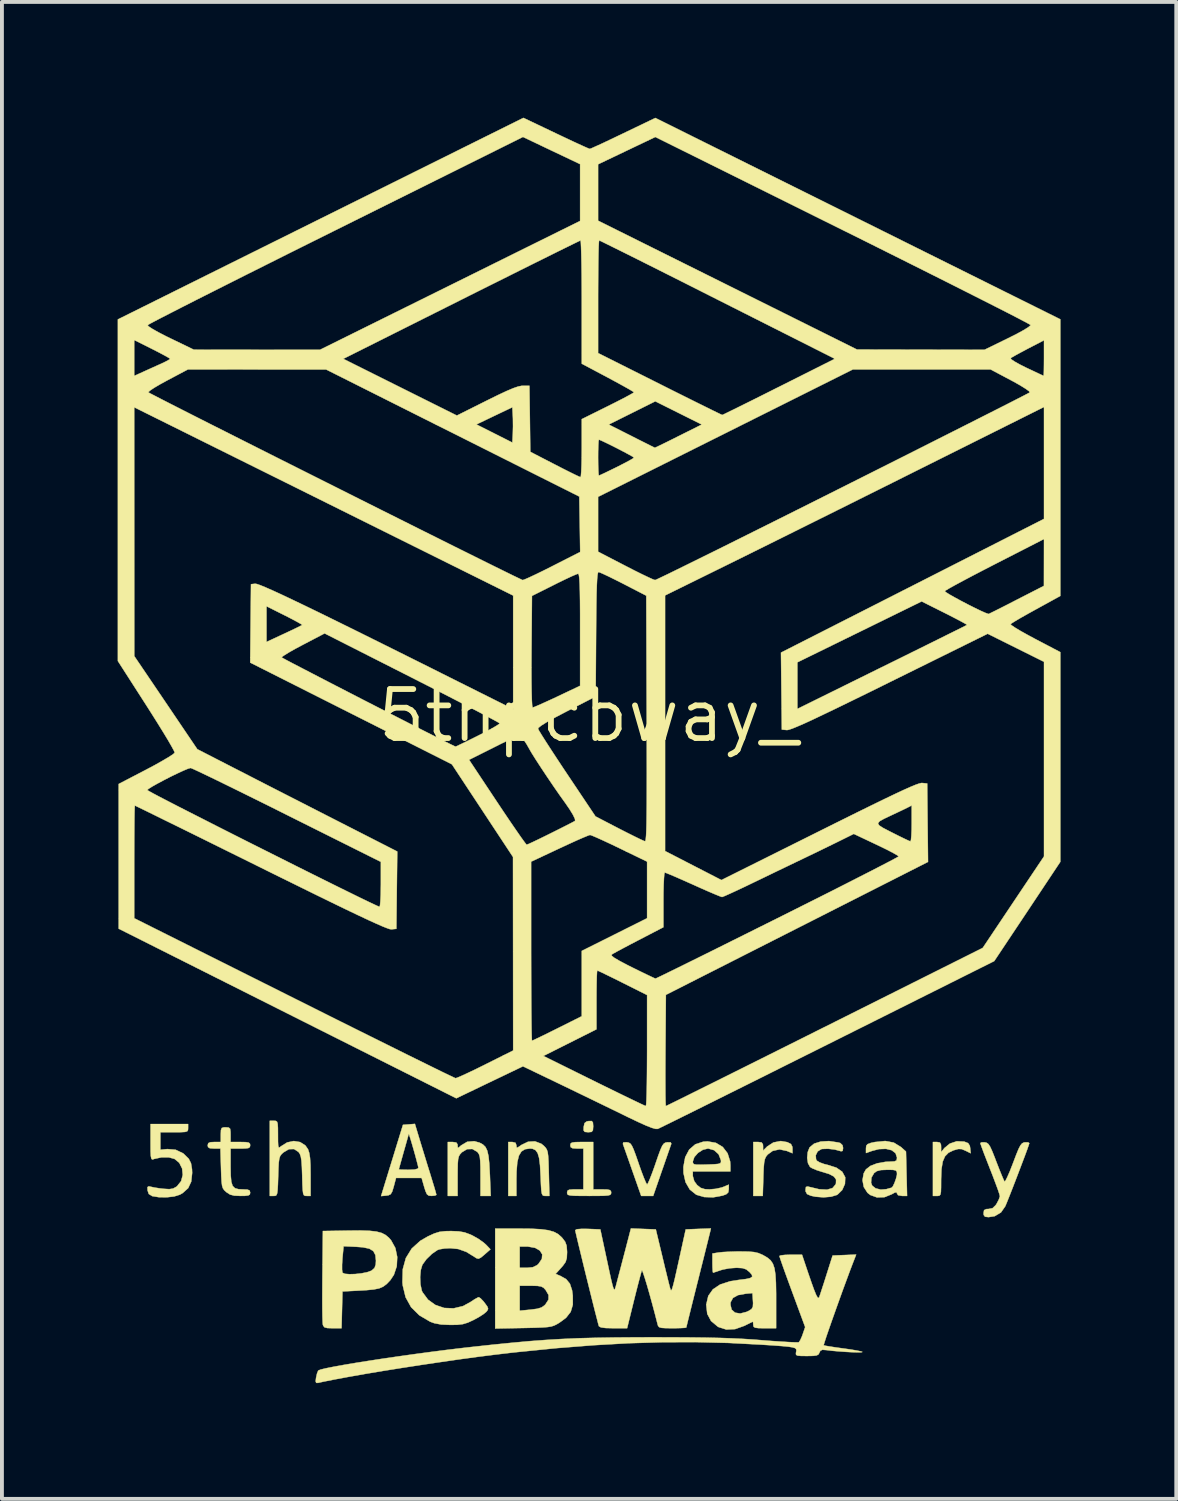
<source format=kicad_pcb>
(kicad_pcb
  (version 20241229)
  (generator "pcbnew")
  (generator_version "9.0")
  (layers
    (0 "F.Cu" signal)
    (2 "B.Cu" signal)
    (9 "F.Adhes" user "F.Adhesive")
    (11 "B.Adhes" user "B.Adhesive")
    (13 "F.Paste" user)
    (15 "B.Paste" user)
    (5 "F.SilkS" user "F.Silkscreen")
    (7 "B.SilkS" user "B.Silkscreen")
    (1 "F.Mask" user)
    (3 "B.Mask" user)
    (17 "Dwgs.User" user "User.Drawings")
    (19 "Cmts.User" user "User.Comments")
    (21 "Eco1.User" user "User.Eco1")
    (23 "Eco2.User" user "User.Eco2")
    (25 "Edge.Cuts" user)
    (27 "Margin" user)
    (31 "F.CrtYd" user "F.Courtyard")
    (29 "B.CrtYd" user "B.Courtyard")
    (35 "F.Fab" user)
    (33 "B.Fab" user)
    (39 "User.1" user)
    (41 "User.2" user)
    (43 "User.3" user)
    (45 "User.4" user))
  (footprint "5thpcbway_"
    (layer "F.Cu")
    (at 12.197 15.499)
    (property "Reference" "5thpcbway_" (at 0 0 0) (layer "F.SilkS") (effects (font (size 1.27 1.27) (thickness 0.15))))
    (attr through_hole)
    (fp_poly (pts (xy 11.845 -7.961) (xy 11.849 -7.849) (xy 11.852 -7.677) (xy 11.853 -7.459) (xy 11.853 -7.206) (xy 11.852 -6.933) (xy 11.849 -6.65) (xy 11.846 -6.372) (xy 11.841 -6.11) (xy 11.835 -5.877) (xy 11.829 -5.686) (xy 11.826 -5.63) (xy 11.799 -5.1) (xy 10.63 -4.503) (xy 10.309 -4.338) (xy 9.93 -4.146) (xy 9.513 -3.933) (xy 9.077 -3.711) (xy 8.639 -3.489) (xy 8.219 -3.276) (xy 7.938 -3.133) (xy 7.571 -2.947) (xy 7.199 -2.757) (xy 6.834 -2.571) (xy 6.491 -2.396) (xy 6.183 -2.238) (xy 5.923 -2.105) (xy 5.726 -2.003) (xy 5.038 -1.646) (xy 5.037 -1.109) (xy 5.035 -0.842) (xy 5.028 -0.546) (xy 5.018 -0.264) (xy 5.01 -0.095) (xy 4.982 0.381) (xy 5.093 0.381) (xy 5.138 0.377) (xy 5.201 0.361) (xy 5.284 0.333) (xy 5.395 0.29) (xy 5.538 0.229) (xy 5.717 0.148) (xy 5.939 0.044) (xy 6.208 -0.085) (xy 6.53 -0.241) (xy 6.909 -0.426) (xy 7.351 -0.644) (xy 7.861 -0.896) (xy 8.149 -1.038) (xy 10.349 -2.128) (xy 11.091 -1.752) (xy 11.832 -1.376) (xy 11.843 1.096) (xy 11.854 3.567) (xy 11.041 4.793) (xy 10.229 6.019) (xy 6.289 7.994) (xy 5.746 8.267) (xy 5.222 8.529) (xy 4.723 8.779) (xy 4.253 9.014) (xy 3.818 9.232) (xy 3.423 9.429) (xy 3.073 9.604) (xy 2.774 9.753) (xy 2.531 9.874) (xy 2.348 9.965) (xy 2.232 10.022) (xy 2.19 10.042) (xy 2.031 10.115) (xy 2.042 8.666) (xy 2.053 7.218) (xy 5.429 5.503) (xy 8.805 3.789) (xy 8.805 2.782) (xy 8.805 2.448) (xy 8.803 2.189) (xy 8.796 1.999) (xy 8.781 1.867) (xy 8.755 1.786) (xy 8.716 1.746) (xy 8.661 1.74) (xy 8.586 1.758) (xy 8.489 1.793) (xy 8.476 1.798) (xy 8.403 1.829) (xy 8.262 1.895) (xy 8.059 1.992) (xy 7.801 2.115) (xy 7.496 2.263) (xy 7.151 2.431) (xy 6.773 2.617) (xy 6.368 2.816) (xy 5.945 3.025) (xy 5.872 3.061) (xy 3.468 4.251) (xy 2.75 3.894) (xy 2.032 3.537) (xy 2.032 -3.131) (xy 6.928 -5.566) (xy 7.531 -5.866) (xy 8.113 -6.155) (xy 8.669 -6.431) (xy 9.195 -6.692) (xy 9.687 -6.936) (xy 10.139 -7.161) (xy 10.548 -7.364) (xy 10.909 -7.543) (xy 11.218 -7.695) (xy 11.469 -7.82) (xy 11.659 -7.913) (xy 11.783 -7.974) (xy 11.837 -8) (xy 11.839 -8.001) (xy 11.845 -7.961)) (stroke (width 0.01) (type solid)) (fill yes) (layer "F.Mask"))
    (fp_poly (pts (xy -11.71 -7.933) (xy -11.599 -7.882) (xy -11.42 -7.798) (xy -11.18 -7.682) (xy -10.882 -7.538) (xy -10.53 -7.367) (xy -10.13 -7.171) (xy -9.686 -6.953) (xy -9.202 -6.714) (xy -8.683 -6.458) (xy -8.133 -6.187) (xy -7.557 -5.901) (xy -6.959 -5.605) (xy -6.869 -5.56) (xy -2.011 -3.146) (xy -2 -1.695) (xy -1.989 -0.245) (xy -2.097 -0.272) (xy -2.154 -0.295) (xy -2.28 -0.353) (xy -2.467 -0.442) (xy -2.708 -0.559) (xy -2.996 -0.699) (xy -3.324 -0.86) (xy -3.684 -1.037) (xy -4.07 -1.229) (xy -4.352 -1.369) (xy -5.076 -1.729) (xy -5.727 -2.052) (xy -6.305 -2.338) (xy -6.812 -2.587) (xy -7.248 -2.8) (xy -7.617 -2.978) (xy -7.918 -3.121) (xy -8.154 -3.231) (xy -8.325 -3.308) (xy -8.433 -3.352) (xy -8.445 -3.356) (xy -8.542 -3.389) (xy -8.617 -3.407) (xy -8.673 -3.403) (xy -8.712 -3.368) (xy -8.738 -3.292) (xy -8.753 -3.167) (xy -8.761 -2.984) (xy -8.763 -2.735) (xy -8.763 -2.411) (xy -8.763 -2.378) (xy -8.763 -1.376) (xy -3.535 1.249) (xy -2.762 2.433) (xy -1.99 3.616) (xy -1.99 8.707) (xy -2.582 8.991) (xy -2.799 9.095) (xy -3.001 9.19) (xy -3.169 9.268) (xy -3.286 9.321) (xy -3.318 9.335) (xy -3.461 9.395) (xy -5.678 8.303) (xy -6.166 8.062) (xy -6.7 7.798) (xy -7.261 7.52) (xy -7.832 7.236) (xy -8.396 6.955) (xy -8.935 6.686) (xy -9.433 6.438) (xy -9.853 6.227) (xy -11.811 5.244) (xy -11.811 3.786) (xy -11.81 3.444) (xy -11.807 3.131) (xy -11.803 2.856) (xy -11.797 2.629) (xy -11.79 2.459) (xy -11.782 2.356) (xy -11.775 2.328) (xy -11.732 2.347) (xy -11.62 2.399) (xy -11.444 2.483) (xy -11.212 2.596) (xy -10.93 2.733) (xy -10.605 2.892) (xy -10.243 3.07) (xy -9.849 3.263) (xy -9.432 3.469) (xy -9.31 3.529) (xy -8.634 3.863) (xy -8.03 4.16) (xy -7.495 4.423) (xy -7.023 4.653) (xy -6.612 4.852) (xy -6.257 5.022) (xy -5.955 5.164) (xy -5.702 5.282) (xy -5.493 5.375) (xy -5.326 5.446) (xy -5.196 5.497) (xy -5.099 5.53) (xy -5.032 5.546) (xy -4.991 5.547) (xy -4.975 5.539) (xy -4.97 5.493) (xy -4.968 5.374) (xy -4.969 5.194) (xy -4.972 4.966) (xy -4.977 4.7) (xy -4.982 4.505) (xy -5.008 3.49) (xy -7.564 2.184) (xy -10.12 0.878) (xy -11.824 -1.63) (xy -11.799 -4.777) (xy -11.795 -5.286) (xy -11.79 -5.77) (xy -11.785 -6.222) (xy -11.78 -6.636) (xy -11.774 -7.006) (xy -11.769 -7.324) (xy -11.764 -7.584) (xy -11.759 -7.779) (xy -11.754 -7.903) (xy -11.75 -7.949) (xy -11.75 -7.949) (xy -11.71 -7.933)) (stroke (width 0.01) (type solid)) (fill yes) (layer "F.Mask"))
    (fp_poly (pts (xy 0.12 10.542) (xy 0.127 10.64) (xy 0.127 10.644) (xy 0.12 10.745) (xy 0.086 10.787) (xy 0.001 10.795) (xy -0.003 10.795) (xy -0.091 10.787) (xy -0.122 10.747) (xy -0.119 10.657) (xy -0.097 10.559) (xy -0.041 10.516) (xy 0.011 10.506) (xy 0.088 10.505) (xy 0.12 10.542)) (stroke (width 0.01) (type solid)) (fill yes) (layer "F.SilkS"))
    (fp_poly (pts (xy 5.157 11.053) (xy 5.253 11.102) (xy 5.289 11.174) (xy 5.292 11.22) (xy 5.292 11.341) (xy 5.146 11.28) (xy 4.956 11.24) (xy 4.779 11.279) (xy 4.649 11.374) (xy 4.606 11.428) (xy 4.577 11.491) (xy 4.558 11.581) (xy 4.546 11.717) (xy 4.538 11.916) (xy 4.537 11.962) (xy 4.522 12.446) (xy 4.276 12.446) (xy 4.276 11.049) (xy 4.403 11.049) (xy 4.493 11.06) (xy 4.526 11.109) (xy 4.53 11.161) (xy 4.53 11.272) (xy 4.637 11.165) (xy 4.797 11.061) (xy 4.988 11.024) (xy 5.157 11.053)) (stroke (width 0.01) (type solid)) (fill yes) (layer "F.SilkS"))
    (fp_poly (pts (xy 9.739 11.038) (xy 9.744 11.039) (xy 9.844 11.078) (xy 9.888 11.147) (xy 9.898 11.208) (xy 9.911 11.341) (xy 9.774 11.273) (xy 9.675 11.232) (xy 9.587 11.23) (xy 9.467 11.264) (xy 9.465 11.264) (xy 9.336 11.327) (xy 9.245 11.42) (xy 9.186 11.556) (xy 9.154 11.749) (xy 9.144 12.011) (xy 9.144 12.033) (xy 9.143 12.222) (xy 9.139 12.343) (xy 9.126 12.41) (xy 9.101 12.439) (xy 9.06 12.446) (xy 9.038 12.446) (xy 8.932 12.446) (xy 8.932 11.049) (xy 9.038 11.049) (xy 9.113 11.062) (xy 9.141 11.117) (xy 9.144 11.182) (xy 9.144 11.314) (xy 9.229 11.206) (xy 9.371 11.09) (xy 9.551 11.03) (xy 9.739 11.038)) (stroke (width 0.01) (type solid)) (fill yes) (layer "F.SilkS"))
    (fp_poly (pts (xy 0.127 12.277) (xy 0.36 12.277) (xy 0.494 12.28) (xy 0.564 12.296) (xy 0.59 12.332) (xy 0.593 12.361) (xy 0.588 12.395) (xy 0.566 12.419) (xy 0.512 12.434) (xy 0.414 12.442) (xy 0.259 12.445) (xy 0.032 12.446) (xy 0.021 12.446) (xy -0.208 12.445) (xy -0.367 12.442) (xy -0.467 12.434) (xy -0.522 12.42) (xy -0.545 12.397) (xy -0.55 12.363) (xy -0.55 12.361) (xy -0.539 12.311) (xy -0.492 12.285) (xy -0.388 12.277) (xy -0.339 12.277) (xy -0.127 12.277) (xy -0.127 11.218) (xy -0.296 11.218) (xy -0.407 11.211) (xy -0.456 11.183) (xy -0.466 11.134) (xy -0.458 11.089) (xy -0.422 11.064) (xy -0.339 11.052) (xy -0.193 11.049) (xy -0.169 11.049) (xy 0.127 11.049) (xy 0.127 12.277)) (stroke (width 0.01) (type solid)) (fill yes) (layer "F.SilkS"))
    (fp_poly (pts (xy -2.819 11.066) (xy -2.731 11.113) (xy -2.665 11.177) (xy -2.619 11.273) (xy -2.587 11.412) (xy -2.566 11.608) (xy -2.552 11.875) (xy -2.55 11.906) (xy -2.529 12.446) (xy -2.794 12.446) (xy -2.794 11.917) (xy -2.795 11.693) (xy -2.801 11.537) (xy -2.812 11.433) (xy -2.833 11.366) (xy -2.864 11.319) (xy -2.879 11.303) (xy -3.004 11.23) (xy -3.142 11.234) (xy -3.276 11.315) (xy -3.283 11.322) (xy -3.327 11.371) (xy -3.356 11.424) (xy -3.374 11.499) (xy -3.383 11.612) (xy -3.386 11.781) (xy -3.387 11.936) (xy -3.387 12.446) (xy -3.641 12.446) (xy -3.641 11.049) (xy -3.514 11.049) (xy -3.421 11.062) (xy -3.388 11.111) (xy -3.387 11.135) (xy -3.383 11.193) (xy -3.359 11.193) (xy -3.296 11.137) (xy -3.138 11.043) (xy -2.956 11.028) (xy -2.819 11.066)) (stroke (width 0.01) (type solid)) (fill yes) (layer "F.SilkS"))
    (fp_poly (pts (xy -1.218 11.094) (xy -1.154 11.146) (xy -1.107 11.195) (xy -1.075 11.245) (xy -1.053 11.311) (xy -1.04 11.41) (xy -1.031 11.556) (xy -1.025 11.766) (xy -1.023 11.854) (xy -1.008 12.446) (xy -1.112 12.446) (xy -1.155 12.444) (xy -1.185 12.427) (xy -1.205 12.383) (xy -1.218 12.298) (xy -1.227 12.157) (xy -1.235 11.947) (xy -1.237 11.917) (xy -1.251 11.653) (xy -1.275 11.462) (xy -1.313 11.335) (xy -1.368 11.259) (xy -1.445 11.224) (xy -1.512 11.218) (xy -1.64 11.236) (xy -1.734 11.295) (xy -1.799 11.404) (xy -1.84 11.572) (xy -1.859 11.809) (xy -1.863 12.008) (xy -1.863 12.446) (xy -2.074 12.446) (xy -2.074 11.049) (xy -1.968 11.049) (xy -1.886 11.069) (xy -1.863 11.135) (xy -1.859 11.188) (xy -1.833 11.193) (xy -1.767 11.15) (xy -1.733 11.125) (xy -1.561 11.042) (xy -1.382 11.032) (xy -1.218 11.094)) (stroke (width 0.01) (type solid)) (fill yes) (layer "F.SilkS"))
    (fp_poly (pts (xy 1 11.056) (xy 1.05 11.066) (xy 1.092 11.091) (xy 1.13 11.145) (xy 1.174 11.24) (xy 1.23 11.389) (xy 1.305 11.605) (xy 1.306 11.61) (xy 1.376 11.808) (xy 1.439 11.973) (xy 1.489 12.091) (xy 1.52 12.147) (xy 1.524 12.15) (xy 1.549 12.112) (xy 1.595 12.008) (xy 1.655 11.854) (xy 1.724 11.663) (xy 1.742 11.61) (xy 1.817 11.392) (xy 1.873 11.242) (xy 1.917 11.146) (xy 1.956 11.092) (xy 1.997 11.066) (xy 2.047 11.056) (xy 2.048 11.056) (xy 2.135 11.058) (xy 2.152 11.093) (xy 2.15 11.099) (xy 2.13 11.156) (xy 2.087 11.279) (xy 2.027 11.452) (xy 1.955 11.66) (xy 1.906 11.8) (xy 1.682 12.446) (xy 1.371 12.446) (xy 1.144 11.8) (xy 1.066 11.578) (xy 0.997 11.382) (xy 0.942 11.226) (xy 0.907 11.126) (xy 0.897 11.099) (xy 0.908 11.06) (xy 0.988 11.055) (xy 1 11.056)) (stroke (width 0.01) (type solid)) (fill yes) (layer "F.SilkS"))
    (fp_poly (pts (xy -10.372 10.689) (xy -10.375 10.74) (xy -10.396 10.772) (xy -10.452 10.788) (xy -10.559 10.794) (xy -10.732 10.795) (xy -11.091 10.795) (xy -11.091 11.25) (xy -10.911 11.232) (xy -10.695 11.25) (xy -10.498 11.344) (xy -10.355 11.484) (xy -10.297 11.599) (xy -10.271 11.753) (xy -10.267 11.851) (xy -10.291 12.075) (xy -10.37 12.244) (xy -10.513 12.372) (xy -10.586 12.414) (xy -10.734 12.46) (xy -10.927 12.482) (xy -11.131 12.479) (xy -11.303 12.451) (xy -11.391 12.396) (xy -11.423 12.301) (xy -11.425 12.218) (xy -11.391 12.197) (xy -11.338 12.209) (xy -11.24 12.23) (xy -11.097 12.252) (xy -11.007 12.262) (xy -10.859 12.271) (xy -10.76 12.255) (xy -10.677 12.209) (xy -10.659 12.195) (xy -10.553 12.063) (xy -10.51 11.901) (xy -10.527 11.735) (xy -10.602 11.587) (xy -10.723 11.487) (xy -10.873 11.446) (xy -11.06 11.446) (xy -11.249 11.487) (xy -11.273 11.496) (xy -11.305 11.501) (xy -11.325 11.477) (xy -11.338 11.413) (xy -11.344 11.293) (xy -11.345 11.104) (xy -11.345 11.054) (xy -11.345 10.583) (xy -10.372 10.583) (xy -10.372 10.689)) (stroke (width 0.01) (type solid)) (fill yes) (layer "F.SilkS"))
    (fp_poly (pts (xy -8.098 10.502) (xy -8.067 10.523) (xy -8.051 10.577) (xy -8.044 10.683) (xy -8.043 10.856) (xy -8.043 10.865) (xy -8.042 11.04) (xy -8.037 11.143) (xy -8.024 11.189) (xy -8 11.189) (xy -7.967 11.162) (xy -7.805 11.06) (xy -7.633 11.024) (xy -7.469 11.051) (xy -7.333 11.138) (xy -7.264 11.237) (xy -7.233 11.33) (xy -7.212 11.461) (xy -7.2 11.645) (xy -7.197 11.897) (xy -7.197 11.913) (xy -7.197 12.446) (xy -7.299 12.446) (xy -7.342 12.444) (xy -7.371 12.427) (xy -7.39 12.382) (xy -7.401 12.296) (xy -7.409 12.153) (xy -7.415 11.941) (xy -7.415 11.921) (xy -7.423 11.693) (xy -7.434 11.534) (xy -7.451 11.427) (xy -7.476 11.357) (xy -7.51 11.307) (xy -7.627 11.231) (xy -7.76 11.235) (xy -7.903 11.32) (xy -7.953 11.367) (xy -7.987 11.415) (xy -8.009 11.483) (xy -8.023 11.586) (xy -8.031 11.742) (xy -8.037 11.934) (xy -8.044 12.149) (xy -8.052 12.294) (xy -8.064 12.381) (xy -8.083 12.427) (xy -8.112 12.444) (xy -8.154 12.446) (xy -8.255 12.446) (xy -8.255 10.499) (xy -8.149 10.499) (xy -8.098 10.502)) (stroke (width 0.01) (type solid)) (fill yes) (layer "F.SilkS"))
    (fp_poly (pts (xy -9.32 10.674) (xy -9.283 10.705) (xy -9.272 10.787) (xy -9.271 10.858) (xy -9.271 11.049) (xy -9.017 11.049) (xy -8.875 11.052) (xy -8.798 11.066) (xy -8.768 11.096) (xy -8.763 11.134) (xy -8.772 11.181) (xy -8.813 11.207) (xy -8.904 11.217) (xy -9.017 11.218) (xy -9.271 11.218) (xy -9.271 11.681) (xy -9.267 11.917) (xy -9.252 12.081) (xy -9.218 12.187) (xy -9.158 12.246) (xy -9.065 12.272) (xy -8.95 12.277) (xy -8.833 12.282) (xy -8.777 12.306) (xy -8.763 12.358) (xy -8.763 12.361) (xy -8.772 12.409) (xy -8.813 12.434) (xy -8.905 12.445) (xy -9.015 12.446) (xy -9.175 12.439) (xy -9.284 12.411) (xy -9.374 12.353) (xy -9.385 12.344) (xy -9.435 12.298) (xy -9.469 12.249) (xy -9.491 12.182) (xy -9.504 12.078) (xy -9.513 11.922) (xy -9.519 11.73) (xy -9.534 11.218) (xy -9.699 11.218) (xy -9.808 11.211) (xy -9.855 11.181) (xy -9.864 11.134) (xy -9.849 11.078) (xy -9.792 11.054) (xy -9.694 11.049) (xy -9.525 11.049) (xy -9.525 10.858) (xy -9.521 10.741) (xy -9.5 10.686) (xy -9.446 10.669) (xy -9.398 10.668) (xy -9.32 10.674)) (stroke (width 0.01) (type solid)) (fill yes) (layer "F.SilkS"))
    (fp_poly (pts (xy 6.472 11.06) (xy 6.53 11.075) (xy 6.59 11.133) (xy 6.604 11.205) (xy 6.592 11.28) (xy 6.548 11.289) (xy 6.53 11.282) (xy 6.386 11.244) (xy 6.216 11.224) (xy 6.067 11.229) (xy 6.036 11.235) (xy 5.944 11.294) (xy 5.895 11.393) (xy 5.903 11.498) (xy 5.925 11.534) (xy 5.993 11.576) (xy 6.113 11.62) (xy 6.203 11.642) (xy 6.43 11.714) (xy 6.581 11.819) (xy 6.656 11.957) (xy 6.659 11.969) (xy 6.652 12.135) (xy 6.581 12.293) (xy 6.461 12.41) (xy 6.44 12.422) (xy 6.29 12.467) (xy 6.095 12.483) (xy 5.889 12.467) (xy 5.768 12.441) (xy 5.67 12.398) (xy 5.633 12.331) (xy 5.63 12.292) (xy 5.641 12.214) (xy 5.688 12.202) (xy 5.726 12.212) (xy 5.986 12.274) (xy 6.19 12.284) (xy 6.332 12.241) (xy 6.411 12.146) (xy 6.419 12.121) (xy 6.422 12.022) (xy 6.367 11.945) (xy 6.246 11.88) (xy 6.071 11.826) (xy 5.924 11.78) (xy 5.802 11.729) (xy 5.747 11.695) (xy 5.694 11.599) (xy 5.673 11.46) (xy 5.687 11.312) (xy 5.735 11.19) (xy 5.738 11.187) (xy 5.853 11.091) (xy 6.026 11.037) (xy 6.238 11.025) (xy 6.472 11.06)) (stroke (width 0.01) (type solid)) (fill yes) (layer "F.SilkS"))
    (fp_poly (pts (xy 3.307 11.071) (xy 3.484 11.177) (xy 3.61 11.341) (xy 3.676 11.551) (xy 3.683 11.652) (xy 3.683 11.811) (xy 2.709 11.811) (xy 2.709 11.932) (xy 2.746 12.064) (xy 2.821 12.165) (xy 2.914 12.238) (xy 3.022 12.271) (xy 3.14 12.277) (xy 3.299 12.263) (xy 3.451 12.23) (xy 3.494 12.215) (xy 3.641 12.154) (xy 3.641 12.272) (xy 3.628 12.354) (xy 3.574 12.404) (xy 3.477 12.439) (xy 3.236 12.483) (xy 3.002 12.475) (xy 2.804 12.417) (xy 2.793 12.411) (xy 2.63 12.28) (xy 2.52 12.089) (xy 2.467 11.852) (xy 2.465 11.695) (xy 2.491 11.555) (xy 2.709 11.555) (xy 2.714 11.598) (xy 2.74 11.624) (xy 2.803 11.636) (xy 2.92 11.637) (xy 3.08 11.633) (xy 3.257 11.626) (xy 3.365 11.617) (xy 3.421 11.599) (xy 3.439 11.569) (xy 3.437 11.52) (xy 3.436 11.515) (xy 3.377 11.366) (xy 3.261 11.261) (xy 3.109 11.218) (xy 3.101 11.218) (xy 2.97 11.25) (xy 2.844 11.331) (xy 2.748 11.44) (xy 2.709 11.553) (xy 2.709 11.555) (xy 2.491 11.555) (xy 2.512 11.441) (xy 2.616 11.245) (xy 2.773 11.109) (xy 2.979 11.041) (xy 3.09 11.033) (xy 3.307 11.071)) (stroke (width 0.01) (type solid)) (fill yes) (layer "F.SilkS"))
    (fp_poly (pts (xy -5.672 13.35) (xy -5.492 13.37) (xy -5.356 13.406) (xy -5.25 13.461) (xy -5.161 13.538) (xy -5.11 13.598) (xy -5 13.797) (xy -4.952 14.029) (xy -4.964 14.268) (xy -5.038 14.49) (xy -5.13 14.629) (xy -5.224 14.728) (xy -5.314 14.796) (xy -5.419 14.842) (xy -5.558 14.87) (xy -5.752 14.889) (xy -5.905 14.898) (xy -6.371 14.922) (xy -6.383 15.399) (xy -6.395 15.875) (xy -6.626 15.875) (xy -6.761 15.871) (xy -6.835 15.853) (xy -6.869 15.813) (xy -6.88 15.78) (xy -6.885 15.713) (xy -6.89 15.574) (xy -6.893 15.375) (xy -6.894 15.127) (xy -6.893 14.842) (xy -6.891 14.532) (xy -6.891 14.52) (xy -6.889 14.358) (xy -6.382 14.358) (xy -6.372 14.433) (xy -6.37 14.437) (xy -6.31 14.465) (xy -6.192 14.475) (xy -6.041 14.471) (xy -5.879 14.453) (xy -5.733 14.424) (xy -5.626 14.386) (xy -5.612 14.378) (xy -5.54 14.313) (xy -5.509 14.224) (xy -5.503 14.124) (xy -5.518 13.978) (xy -5.571 13.877) (xy -5.675 13.813) (xy -5.841 13.778) (xy -6.012 13.765) (xy -6.342 13.75) (xy -6.372 14.068) (xy -6.382 14.228) (xy -6.382 14.358) (xy -6.889 14.358) (xy -6.879 13.356) (xy -6.219 13.345) (xy -5.91 13.342) (xy -5.672 13.35)) (stroke (width 0.01) (type solid)) (fill yes) (layer "F.SilkS"))
    (fp_poly (pts (xy -4.382 10.951) (xy -4.323 11.145) (xy -4.249 11.386) (xy -4.17 11.644) (xy -4.103 11.858) (xy -4.042 12.058) (xy -3.99 12.228) (xy -3.954 12.353) (xy -3.938 12.415) (xy -3.937 12.419) (xy -3.974 12.438) (xy -4.061 12.446) (xy -4.134 12.439) (xy -4.181 12.404) (xy -4.219 12.321) (xy -4.253 12.213) (xy -4.32 11.98) (xy -4.983 11.98) (xy -5.042 12.203) (xy -5.081 12.332) (xy -5.121 12.401) (xy -5.179 12.43) (xy -5.236 12.438) (xy -5.371 12.451) (xy -5.263 12.099) (xy -5.208 11.921) (xy -5.158 11.758) (xy -4.911 11.758) (xy -4.872 11.764) (xy -4.772 11.767) (xy -4.657 11.769) (xy -4.499 11.762) (xy -4.418 11.739) (xy -4.404 11.716) (xy -4.415 11.661) (xy -4.443 11.553) (xy -4.481 11.409) (xy -4.526 11.249) (xy -4.571 11.093) (xy -4.611 10.96) (xy -4.64 10.868) (xy -4.654 10.837) (xy -4.654 10.837) (xy -4.666 10.884) (xy -4.697 10.995) (xy -4.741 11.152) (xy -4.784 11.303) (xy -4.835 11.484) (xy -4.876 11.631) (xy -4.903 11.728) (xy -4.911 11.758) (xy -5.158 11.758) (xy -5.137 11.69) (xy -5.059 11.437) (xy -4.983 11.189) (xy -4.979 11.176) (xy -4.803 10.604) (xy -4.648 10.592) (xy -4.494 10.579) (xy -4.382 10.951)) (stroke (width 0.01) (type solid)) (fill yes) (layer "F.SilkS"))
    (fp_poly (pts (xy 10.275 11.057) (xy 10.325 11.069) (xy 10.369 11.101) (xy 10.413 11.167) (xy 10.465 11.279) (xy 10.534 11.451) (xy 10.574 11.557) (xy 10.648 11.747) (xy 10.713 11.907) (xy 10.762 12.022) (xy 10.788 12.074) (xy 10.789 12.075) (xy 10.814 12.049) (xy 10.86 11.957) (xy 10.923 11.813) (xy 10.995 11.63) (xy 11.011 11.588) (xy 11.092 11.375) (xy 11.152 11.229) (xy 11.2 11.137) (xy 11.241 11.086) (xy 11.285 11.063) (xy 11.317 11.057) (xy 11.4 11.058) (xy 11.43 11.079) (xy 11.415 11.128) (xy 11.376 11.241) (xy 11.316 11.404) (xy 11.241 11.602) (xy 11.158 11.821) (xy 11.072 12.046) (xy 10.988 12.263) (xy 10.911 12.458) (xy 10.848 12.616) (xy 10.807 12.714) (xy 10.695 12.875) (xy 10.533 12.971) (xy 10.374 12.996) (xy 10.282 12.985) (xy 10.248 12.939) (xy 10.245 12.89) (xy 10.258 12.815) (xy 10.316 12.787) (xy 10.372 12.785) (xy 10.477 12.764) (xy 10.557 12.688) (xy 10.584 12.647) (xy 10.639 12.542) (xy 10.667 12.461) (xy 10.668 12.451) (xy 10.653 12.394) (xy 10.612 12.272) (xy 10.549 12.102) (xy 10.471 11.896) (xy 10.414 11.751) (xy 10.329 11.533) (xy 10.255 11.343) (xy 10.2 11.194) (xy 10.167 11.101) (xy 10.16 11.076) (xy 10.196 11.057) (xy 10.275 11.057)) (stroke (width 0.01) (type solid)) (fill yes) (layer "F.SilkS"))
    (fp_poly (pts (xy 7.916 11.064) (xy 8.099 11.176) (xy 8.102 11.178) (xy 8.234 11.296) (xy 8.248 11.871) (xy 8.262 12.446) (xy 8.131 12.446) (xy 8.029 12.428) (xy 8.001 12.383) (xy 7.988 12.35) (xy 7.938 12.362) (xy 7.863 12.404) (xy 7.674 12.479) (xy 7.482 12.485) (xy 7.31 12.423) (xy 7.236 12.365) (xy 7.14 12.215) (xy 7.119 12.103) (xy 7.329 12.103) (xy 7.357 12.179) (xy 7.445 12.249) (xy 7.578 12.283) (xy 7.72 12.272) (xy 7.725 12.271) (xy 7.816 12.245) (xy 7.862 12.234) (xy 7.862 12.234) (xy 7.894 12.198) (xy 7.935 12.112) (xy 7.974 12.004) (xy 7.998 11.908) (xy 8.001 11.877) (xy 7.996 11.817) (xy 7.967 11.785) (xy 7.895 11.771) (xy 7.76 11.769) (xy 7.747 11.769) (xy 7.584 11.776) (xy 7.479 11.803) (xy 7.408 11.853) (xy 7.339 11.971) (xy 7.329 12.103) (xy 7.119 12.103) (xy 7.107 12.037) (xy 7.138 11.861) (xy 7.196 11.759) (xy 7.311 11.669) (xy 7.487 11.601) (xy 7.702 11.563) (xy 7.829 11.557) (xy 7.939 11.551) (xy 7.989 11.525) (xy 8.001 11.463) (xy 8.001 11.454) (xy 7.964 11.34) (xy 7.864 11.262) (xy 7.715 11.226) (xy 7.531 11.233) (xy 7.355 11.279) (xy 7.197 11.335) (xy 7.197 11.216) (xy 7.204 11.147) (xy 7.239 11.104) (xy 7.322 11.073) (xy 7.427 11.05) (xy 7.694 11.023) (xy 7.916 11.064)) (stroke (width 0.01) (type solid)) (fill yes) (layer "F.SilkS"))
    (fp_poly (pts (xy -3.358 13.365) (xy -3.205 13.392) (xy -3.058 13.446) (xy -3.003 13.472) (xy -2.853 13.556) (xy -2.718 13.651) (xy -2.653 13.708) (xy -2.536 13.831) (xy -2.69 13.966) (xy -2.786 14.046) (xy -2.847 14.074) (xy -2.9 14.06) (xy -2.936 14.036) (xy -3.16 13.897) (xy -3.37 13.822) (xy -3.578 13.801) (xy -3.729 13.809) (xy -3.856 13.83) (xy -3.908 13.848) (xy -4.053 13.948) (xy -4.195 14.086) (xy -4.297 14.226) (xy -4.301 14.232) (xy -4.342 14.369) (xy -4.358 14.549) (xy -4.35 14.737) (xy -4.317 14.895) (xy -4.299 14.939) (xy -4.153 15.136) (xy -3.96 15.274) (xy -3.734 15.35) (xy -3.491 15.36) (xy -3.248 15.302) (xy -3.058 15.199) (xy -2.948 15.126) (xy -2.864 15.08) (xy -2.837 15.071) (xy -2.79 15.102) (xy -2.717 15.179) (xy -2.685 15.22) (xy -2.616 15.314) (xy -2.596 15.372) (xy -2.619 15.421) (xy -2.647 15.453) (xy -2.724 15.515) (xy -2.849 15.594) (xy -2.977 15.663) (xy -3.123 15.73) (xy -3.251 15.769) (xy -3.394 15.786) (xy -3.573 15.789) (xy -3.811 15.779) (xy -3.991 15.745) (xy -4.096 15.707) (xy -4.38 15.54) (xy -4.593 15.329) (xy -4.735 15.072) (xy -4.809 14.765) (xy -4.817 14.684) (xy -4.808 14.347) (xy -4.728 14.056) (xy -4.577 13.811) (xy -4.355 13.61) (xy -4.162 13.498) (xy -3.993 13.42) (xy -3.854 13.377) (xy -3.704 13.36) (xy -3.555 13.357) (xy -3.358 13.365)) (stroke (width 0.01) (type solid)) (fill yes) (layer "F.SilkS"))
    (fp_poly (pts (xy -1.477 13.296) (xy -1.229 13.31) (xy -1.039 13.335) (xy -0.895 13.376) (xy -0.785 13.434) (xy -0.695 13.513) (xy -0.677 13.532) (xy -0.599 13.635) (xy -0.562 13.737) (xy -0.551 13.878) (xy -0.55 13.908) (xy -0.557 14.055) (xy -0.588 14.158) (xy -0.659 14.258) (xy -0.699 14.303) (xy -0.847 14.468) (xy -0.724 14.519) (xy -0.574 14.603) (xy -0.477 14.721) (xy -0.421 14.89) (xy -0.402 15.029) (xy -0.401 15.266) (xy -0.456 15.451) (xy -0.577 15.605) (xy -0.742 15.727) (xy -0.818 15.773) (xy -0.885 15.806) (xy -0.96 15.83) (xy -1.056 15.845) (xy -1.19 15.855) (xy -1.375 15.862) (xy -1.627 15.868) (xy -1.679 15.869) (xy -2.413 15.883) (xy -2.413 14.774) (xy -1.778 14.774) (xy -1.778 15.421) (xy -1.492 15.393) (xy -1.324 15.371) (xy -1.215 15.338) (xy -1.138 15.285) (xy -1.111 15.258) (xy -1.031 15.133) (xy -1.03 15.014) (xy -1.104 14.886) (xy -1.159 14.826) (xy -1.222 14.793) (xy -1.319 14.778) (xy -1.475 14.774) (xy -1.485 14.774) (xy -1.778 14.774) (xy -2.413 14.774) (xy -2.413 13.758) (xy -1.778 13.758) (xy -1.778 14.309) (xy -1.586 14.309) (xy -1.437 14.294) (xy -1.33 14.242) (xy -1.289 14.205) (xy -1.203 14.078) (xy -1.194 13.961) (xy -1.256 13.862) (xy -1.381 13.791) (xy -1.564 13.759) (xy -1.606 13.758) (xy -1.778 13.758) (xy -2.413 13.758) (xy -2.413 13.293) (xy -1.797 13.293) (xy -1.477 13.296)) (stroke (width 0.01) (type solid)) (fill yes) (layer "F.SilkS"))
    (fp_poly (pts (xy 4.147 13.889) (xy 4.294 13.901) (xy 4.407 13.927) (xy 4.511 13.971) (xy 4.534 13.983) (xy 4.642 14.046) (xy 4.725 14.115) (xy 4.784 14.203) (xy 4.825 14.321) (xy 4.85 14.482) (xy 4.863 14.697) (xy 4.868 14.98) (xy 4.868 15.124) (xy 4.868 15.875) (xy 4.572 15.875) (xy 4.416 15.873) (xy 4.327 15.862) (xy 4.286 15.839) (xy 4.276 15.797) (xy 4.276 15.79) (xy 4.271 15.721) (xy 4.265 15.706) (xy 4.225 15.723) (xy 4.132 15.769) (xy 4.046 15.812) (xy 3.805 15.898) (xy 3.578 15.909) (xy 3.376 15.845) (xy 3.355 15.833) (xy 3.181 15.687) (xy 3.083 15.503) (xy 3.058 15.278) (xy 3.059 15.26) (xy 3.683 15.26) (xy 3.715 15.393) (xy 3.804 15.472) (xy 3.937 15.494) (xy 4.101 15.452) (xy 4.153 15.428) (xy 4.23 15.38) (xy 4.265 15.322) (xy 4.271 15.224) (xy 4.267 15.164) (xy 4.255 14.965) (xy 4.086 14.98) (xy 3.881 15.017) (xy 3.75 15.09) (xy 3.689 15.201) (xy 3.683 15.26) (xy 3.059 15.26) (xy 3.06 15.25) (xy 3.11 15.037) (xy 3.229 14.868) (xy 3.417 14.742) (xy 3.677 14.658) (xy 3.895 14.624) (xy 4.086 14.6) (xy 4.201 14.573) (xy 4.249 14.538) (xy 4.238 14.488) (xy 4.179 14.42) (xy 4.095 14.351) (xy 3.999 14.318) (xy 3.856 14.309) (xy 3.838 14.309) (xy 3.665 14.321) (xy 3.493 14.353) (xy 3.429 14.372) (xy 3.318 14.41) (xy 3.245 14.433) (xy 3.233 14.436) (xy 3.225 14.397) (xy 3.219 14.298) (xy 3.217 14.187) (xy 3.217 13.939) (xy 3.376 13.913) (xy 3.49 13.901) (xy 3.659 13.892) (xy 3.854 13.886) (xy 3.941 13.886) (xy 4.147 13.889)) (stroke (width 0.01) (type solid)) (fill yes) (layer "F.SilkS"))
    (fp_poly (pts (xy 3.15 13.407) (xy 3.132 13.478) (xy 3.097 13.62) (xy 3.047 13.82) (xy 2.986 14.066) (xy 2.915 14.347) (xy 2.839 14.652) (xy 2.831 14.682) (xy 2.756 14.981) (xy 2.688 15.254) (xy 2.63 15.488) (xy 2.584 15.673) (xy 2.553 15.799) (xy 2.54 15.855) (xy 2.54 15.857) (xy 2.501 15.865) (xy 2.397 15.871) (xy 2.247 15.875) (xy 2.181 15.875) (xy 2.006 15.873) (xy 1.897 15.866) (xy 1.838 15.848) (xy 1.809 15.815) (xy 1.798 15.78) (xy 1.729 15.511) (xy 1.658 15.245) (xy 1.589 14.995) (xy 1.525 14.771) (xy 1.469 14.587) (xy 1.425 14.453) (xy 1.397 14.382) (xy 1.389 14.375) (xy 1.372 14.427) (xy 1.339 14.548) (xy 1.293 14.722) (xy 1.238 14.937) (xy 1.186 15.145) (xy 1.006 15.875) (xy 0.65 15.875) (xy 0.449 15.87) (xy 0.327 15.853) (xy 0.276 15.824) (xy 0.275 15.822) (xy 0.257 15.76) (xy 0.224 15.63) (xy 0.176 15.446) (xy 0.119 15.219) (xy 0.055 14.962) (xy -0.013 14.688) (xy -0.082 14.409) (xy -0.148 14.138) (xy -0.209 13.886) (xy -0.262 13.668) (xy -0.303 13.495) (xy -0.33 13.379) (xy -0.339 13.334) (xy -0.298 13.31) (xy -0.178 13.3) (xy -0.013 13.301) (xy 0.312 13.314) (xy 0.489 14.139) (xy 0.549 14.419) (xy 0.594 14.623) (xy 0.628 14.762) (xy 0.653 14.843) (xy 0.672 14.875) (xy 0.687 14.866) (xy 0.702 14.825) (xy 0.711 14.796) (xy 0.74 14.685) (xy 0.785 14.513) (xy 0.841 14.302) (xy 0.901 14.072) (xy 0.961 13.844) (xy 1.014 13.639) (xy 1.056 13.478) (xy 1.063 13.45) (xy 1.105 13.289) (xy 1.428 13.302) (xy 1.75 13.314) (xy 1.931 14.067) (xy 1.989 14.311) (xy 2.042 14.527) (xy 2.085 14.702) (xy 2.116 14.822) (xy 2.13 14.872) (xy 2.143 14.893) (xy 2.157 14.887) (xy 2.176 14.843) (xy 2.202 14.754) (xy 2.238 14.61) (xy 2.285 14.402) (xy 2.347 14.123) (xy 2.362 14.055) (xy 2.525 13.314) (xy 2.851 13.301) (xy 3.178 13.289) (xy 3.15 13.407)) (stroke (width 0.01) (type solid)) (fill yes) (layer "F.SilkS"))
    (fp_poly (pts (xy 6.864 14.169) (xy 6.786 14.373) (xy 6.698 14.611) (xy 6.602 14.871) (xy 6.505 15.14) (xy 6.409 15.408) (xy 6.319 15.662) (xy 6.239 15.89) (xy 6.173 16.081) (xy 6.127 16.223) (xy 6.103 16.303) (xy 6.101 16.317) (xy 6.148 16.33) (xy 6.261 16.349) (xy 6.423 16.374) (xy 6.598 16.398) (xy 6.791 16.425) (xy 6.951 16.452) (xy 7.063 16.475) (xy 7.105 16.49) (xy 7.078 16.499) (xy 6.985 16.501) (xy 6.844 16.497) (xy 6.675 16.488) (xy 6.494 16.475) (xy 6.321 16.46) (xy 6.174 16.442) (xy 6.174 16.442) (xy 6.067 16.434) (xy 6.013 16.461) (xy 5.991 16.507) (xy 5.967 16.553) (xy 5.919 16.58) (xy 5.826 16.592) (xy 5.669 16.595) (xy 5.665 16.595) (xy 5.51 16.593) (xy 5.422 16.585) (xy 5.385 16.564) (xy 5.381 16.523) (xy 5.387 16.49) (xy 5.393 16.447) (xy 5.385 16.415) (xy 5.355 16.389) (xy 5.291 16.37) (xy 5.184 16.353) (xy 5.023 16.338) (xy 4.798 16.321) (xy 4.499 16.302) (xy 4.487 16.301) (xy 3.629 16.256) (xy 2.778 16.235) (xy 1.921 16.238) (xy 1.044 16.264) (xy 0.132 16.316) (xy -0.83 16.392) (xy -1.856 16.495) (xy -2.011 16.512) (xy -2.409 16.559) (xy -2.853 16.615) (xy -3.331 16.68) (xy -3.829 16.752) (xy -4.336 16.827) (xy -4.84 16.905) (xy -5.328 16.983) (xy -5.787 17.06) (xy -6.206 17.134) (xy -6.572 17.202) (xy -6.873 17.262) (xy -7.001 17.291) (xy -7.051 17.292) (xy -7.066 17.251) (xy -7.055 17.157) (xy -7.03 17.047) (xy -7.001 16.976) (xy -6.997 16.971) (xy -6.938 16.947) (xy -6.803 16.914) (xy -6.602 16.874) (xy -6.343 16.827) (xy -6.036 16.775) (xy -5.689 16.72) (xy -5.311 16.662) (xy -4.911 16.604) (xy -4.498 16.546) (xy -4.081 16.49) (xy -3.668 16.437) (xy -3.268 16.389) (xy -3.048 16.364) (xy -2.488 16.303) (xy -1.988 16.253) (xy -1.532 16.211) (xy -1.101 16.179) (xy -0.681 16.154) (xy -0.254 16.135) (xy 0.197 16.123) (xy 0.688 16.115) (xy 1.235 16.111) (xy 1.651 16.11) (xy 2.189 16.111) (xy 2.654 16.114) (xy 3.058 16.119) (xy 3.413 16.127) (xy 3.73 16.138) (xy 4.021 16.152) (xy 4.299 16.17) (xy 4.497 16.186) (xy 4.769 16.207) (xy 5.012 16.223) (xy 5.214 16.235) (xy 5.363 16.241) (xy 5.445 16.24) (xy 5.457 16.238) (xy 5.493 16.186) (xy 5.539 16.083) (xy 5.558 16.03) (xy 5.621 15.846) (xy 5.287 14.941) (xy 5.191 14.68) (xy 5.106 14.446) (xy 5.036 14.25) (xy 4.985 14.104) (xy 4.957 14.019) (xy 4.953 14.003) (xy 4.992 13.987) (xy 5.094 13.975) (xy 5.237 13.97) (xy 5.246 13.97) (xy 5.539 13.97) (xy 5.692 14.425) (xy 5.783 14.689) (xy 5.852 14.88) (xy 5.903 15.006) (xy 5.94 15.074) (xy 5.966 15.093) (xy 5.985 15.071) (xy 6.007 15.007) (xy 6.048 14.881) (xy 6.104 14.71) (xy 6.167 14.512) (xy 6.171 14.499) (xy 6.332 13.991) (xy 6.637 13.979) (xy 6.943 13.966) (xy 6.864 14.169)) (stroke (width 0.01) (type solid)) (fill yes) (layer "F.SilkS"))
    (fp_poly (pts (xy -0.838 -15.092) (xy -0.591 -14.975) (xy -0.37 -14.871) (xy -0.185 -14.786) (xy -0.049 -14.725) (xy 0.027 -14.693) (xy 0.039 -14.69) (xy 0.085 -14.707) (xy 0.196 -14.757) (xy 0.361 -14.832) (xy 0.566 -14.929) (xy 0.802 -15.042) (xy 0.905 -15.091) (xy 1.738 -15.492) (xy 6.986 -12.883) (xy 12.234 -10.273) (xy 12.234 -3.104) (xy 11.601 -2.756) (xy 11.391 -2.64) (xy 11.207 -2.536) (xy 11.063 -2.451) (xy 10.971 -2.393) (xy 10.944 -2.372) (xy 10.972 -2.342) (xy 11.064 -2.28) (xy 11.209 -2.193) (xy 11.394 -2.09) (xy 11.578 -1.991) (xy 12.234 -1.647) (xy 12.234 3.787) (xy 11.378 5.074) (xy 10.521 6.36) (xy 6.205 8.518) (xy 5.638 8.801) (xy 5.091 9.074) (xy 4.57 9.335) (xy 4.078 9.58) (xy 3.622 9.807) (xy 3.205 10.015) (xy 2.833 10.2) (xy 2.51 10.36) (xy 2.241 10.493) (xy 2.032 10.596) (xy 1.887 10.667) (xy 1.811 10.704) (xy 1.801 10.708) (xy 1.746 10.709) (xy 1.649 10.682) (xy 1.503 10.625) (xy 1.299 10.533) (xy 1.03 10.405) (xy 0.972 10.376) (xy 0.706 10.246) (xy 0.389 10.092) (xy 0.043 9.924) (xy -0.308 9.754) (xy -0.639 9.594) (xy -0.732 9.549) (xy -1.693 9.087) (xy -2.557 9.501) (xy -3.421 9.916) (xy -7.796 7.718) (xy -12.171 5.52) (xy -12.171 3.789) (xy -11.769 3.789) (xy -11.769 5.249) (xy -7.631 7.321) (xy -7.077 7.598) (xy -6.544 7.865) (xy -6.036 8.118) (xy -5.559 8.355) (xy -5.118 8.574) (xy -4.718 8.773) (xy -4.362 8.948) (xy -4.058 9.098) (xy -3.808 9.221) (xy -3.619 9.312) (xy -3.495 9.371) (xy -3.441 9.395) (xy -3.439 9.396) (xy -3.386 9.378) (xy -3.27 9.328) (xy -3.104 9.251) (xy -2.901 9.154) (xy -2.674 9.042) (xy -2.667 9.038) (xy -2.229 8.819) (xy -1.164 8.819) (xy 0.148 9.468) (xy 0.457 9.62) (xy 0.741 9.759) (xy 0.993 9.882) (xy 1.203 9.983) (xy 1.362 10.059) (xy 1.461 10.105) (xy 1.492 10.117) (xy 1.5 10.076) (xy 1.507 9.961) (xy 1.513 9.78) (xy 1.518 9.544) (xy 1.521 9.262) (xy 1.523 8.944) (xy 1.524 8.679) (xy 1.524 7.24) (xy 0.89 6.922) (xy 0.678 6.816) (xy 0.494 6.726) (xy 0.35 6.656) (xy 0.259 6.614) (xy 0.233 6.604) (xy 0.226 6.644) (xy 0.22 6.756) (xy 0.216 6.925) (xy 0.213 7.139) (xy 0.212 7.366) (xy 0.212 8.128) (xy -1.164 8.819) (xy -2.229 8.819) (xy -1.947 8.678) (xy -1.949 6.17) (xy -1.951 3.783) (xy -1.482 3.783) (xy -1.482 6.104) (xy -1.481 6.538) (xy -1.48 6.946) (xy -1.478 7.32) (xy -1.476 7.652) (xy -1.473 7.935) (xy -1.47 8.16) (xy -1.466 8.321) (xy -1.462 8.409) (xy -1.46 8.424) (xy -1.417 8.406) (xy -1.311 8.356) (xy -1.155 8.281) (xy -0.963 8.186) (xy -0.804 8.107) (xy -0.169 7.789) (xy -0.169 6.192) (xy 0.604 6.192) (xy 0.608 6.222) (xy 0.674 6.275) (xy 0.807 6.353) (xy 1.011 6.461) (xy 1.133 6.522) (xy 1.336 6.622) (xy 1.511 6.707) (xy 1.646 6.771) (xy 1.726 6.808) (xy 1.742 6.813) (xy 1.783 6.795) (xy 1.894 6.742) (xy 2.07 6.656) (xy 2.305 6.541) (xy 2.592 6.399) (xy 2.928 6.233) (xy 3.305 6.046) (xy 3.718 5.84) (xy 4.162 5.619) (xy 4.631 5.385) (xy 4.906 5.248) (xy 5.387 5.007) (xy 5.845 4.777) (xy 6.275 4.561) (xy 6.671 4.36) (xy 7.028 4.178) (xy 7.34 4.019) (xy 7.603 3.883) (xy 7.809 3.776) (xy 7.953 3.699) (xy 8.031 3.655) (xy 8.043 3.646) (xy 8.007 3.617) (xy 7.907 3.56) (xy 7.757 3.481) (xy 7.569 3.389) (xy 7.462 3.338) (xy 6.881 3.063) (xy 6.457 3.273) (xy 6.232 3.383) (xy 5.97 3.511) (xy 5.71 3.636) (xy 5.567 3.705) (xy 5.377 3.796) (xy 5.134 3.913) (xy 4.857 4.046) (xy 4.57 4.185) (xy 4.304 4.313) (xy 4.064 4.429) (xy 3.849 4.53) (xy 3.671 4.612) (xy 3.541 4.67) (xy 3.473 4.697) (xy 3.466 4.699) (xy 3.416 4.682) (xy 3.302 4.636) (xy 3.137 4.566) (xy 2.934 4.477) (xy 2.721 4.381) (xy 2.494 4.28) (xy 2.295 4.192) (xy 2.134 4.123) (xy 2.025 4.079) (xy 1.982 4.064) (xy 1.97 4.104) (xy 1.961 4.215) (xy 1.953 4.383) (xy 1.948 4.594) (xy 1.947 4.773) (xy 1.947 5.482) (xy 1.301 5.817) (xy 1.086 5.929) (xy 0.894 6.031) (xy 0.741 6.113) (xy 0.639 6.17) (xy 0.604 6.192) (xy -0.169 6.192) (xy -0.169 6.096) (xy 0.677 5.673) (xy 1.524 5.249) (xy 1.524 3.782) (xy 0.811 3.436) (xy 0.584 3.327) (xy 0.38 3.232) (xy 0.214 3.157) (xy 0.098 3.108) (xy 0.045 3.09) (xy -0.008 3.108) (xy -0.125 3.156) (xy -0.293 3.229) (xy -0.499 3.323) (xy -0.73 3.43) (xy -0.745 3.437) (xy -1.482 3.783) (xy -1.951 3.783) (xy -1.951 3.662) (xy -2.743 2.461) (xy -3.535 1.26) (xy -3.766 1.143) (xy -3.09 1.143) (xy -2.36 2.243) (xy -2.179 2.514) (xy -2.013 2.76) (xy -1.866 2.974) (xy -1.746 3.147) (xy -1.657 3.27) (xy -1.607 3.335) (xy -1.598 3.343) (xy -1.55 3.326) (xy -1.441 3.276) (xy -1.284 3.201) (xy -1.092 3.107) (xy -0.963 3.043) (xy -0.757 2.94) (xy -0.579 2.85) (xy -0.442 2.78) (xy -0.36 2.736) (xy -0.342 2.726) (xy -0.346 2.675) (xy -0.395 2.572) (xy -0.481 2.43) (xy -0.596 2.262) (xy -0.597 2.261) (xy -0.739 2.063) (xy -0.897 1.835) (xy -1.061 1.593) (xy -1.218 1.357) (xy -1.358 1.142) (xy -1.467 0.968) (xy -1.515 0.886) (xy -1.597 0.741) (xy -1.665 0.638) (xy -1.731 0.576) (xy -1.809 0.554) (xy -1.912 0.572) (xy -2.055 0.628) (xy -2.25 0.722) (xy -2.451 0.823) (xy -3.09 1.143) (xy -3.766 1.143) (xy -6.148 -0.058) (xy -8.762 -1.376) (xy -8.761 -1.511) (xy -7.947 -1.511) (xy -7.91 -1.489) (xy -7.805 -1.432) (xy -7.64 -1.345) (xy -7.424 -1.233) (xy -7.164 -1.098) (xy -6.869 -0.945) (xy -6.546 -0.778) (xy -6.204 -0.602) (xy -5.851 -0.42) (xy -5.493 -0.237) (xy -5.141 -0.057) (xy -4.8 0.117) (xy -4.481 0.28) (xy -4.189 0.428) (xy -3.934 0.557) (xy -3.724 0.663) (xy -3.566 0.742) (xy -3.468 0.789) (xy -3.44 0.801) (xy -3.401 0.785) (xy -3.299 0.736) (xy -3.148 0.663) (xy -2.962 0.571) (xy -2.858 0.519) (xy -2.66 0.418) (xy -2.514 0.339) (xy -1.302 0.339) (xy -1.277 0.388) (xy -1.209 0.499) (xy -1.106 0.662) (xy -0.973 0.868) (xy -0.816 1.108) (xy -0.641 1.373) (xy -0.552 1.506) (xy 0.187 2.61) (xy 0.803 2.93) (xy 1.013 3.037) (xy 1.199 3.13) (xy 1.347 3.202) (xy 1.443 3.245) (xy 1.471 3.254) (xy 1.482 3.24) (xy 1.49 3.192) (xy 1.498 3.105) (xy 1.504 2.974) (xy 1.509 2.795) (xy 1.512 2.562) (xy 1.515 2.272) (xy 1.516 1.919) (xy 1.517 1.499) (xy 1.516 1.006) (xy 1.515 0.436) (xy 1.514 0.074) (xy 1.503 -3.111) (xy 1.491 -3.117) (xy 1.99 -3.117) (xy 1.99 3.508) (xy 3.45 4.26) (xy 5.984 2.996) (xy 6.403 2.787) (xy 7.508 2.787) (xy 7.536 2.841) (xy 7.637 2.907) (xy 7.812 2.998) (xy 7.881 3.033) (xy 8.056 3.121) (xy 8.204 3.193) (xy 8.307 3.241) (xy 8.35 3.257) (xy 8.363 3.219) (xy 8.373 3.113) (xy 8.38 2.956) (xy 8.382 2.793) (xy 8.382 2.326) (xy 8.266 2.385) (xy 8.17 2.432) (xy 8.027 2.5) (xy 7.866 2.576) (xy 7.853 2.582) (xy 7.667 2.67) (xy 7.552 2.734) (xy 7.508 2.787) (xy 6.403 2.787) (xy 6.51 2.734) (xy 6.965 2.508) (xy 7.354 2.317) (xy 7.682 2.157) (xy 7.954 2.027) (xy 8.174 1.924) (xy 8.347 1.847) (xy 8.477 1.793) (xy 8.57 1.76) (xy 8.63 1.745) (xy 8.651 1.744) (xy 8.784 1.757) (xy 8.794 2.773) (xy 8.805 3.789) (xy 5.408 5.512) (xy 2.011 7.235) (xy 2 8.676) (xy 1.998 9.016) (xy 1.997 9.327) (xy 1.998 9.6) (xy 1.999 9.825) (xy 2.002 9.993) (xy 2.007 10.093) (xy 2.01 10.118) (xy 2.05 10.099) (xy 2.161 10.045) (xy 2.338 9.958) (xy 2.576 9.84) (xy 2.869 9.694) (xy 3.214 9.523) (xy 3.605 9.328) (xy 4.038 9.112) (xy 4.507 8.878) (xy 5.007 8.628) (xy 5.534 8.365) (xy 6.083 8.09) (xy 6.128 8.068) (xy 10.223 6.018) (xy 11.017 4.832) (xy 11.811 3.647) (xy 11.811 -1.397) (xy 10.351 -2.124) (xy 7.812 -0.87) (xy 7.278 -0.606) (xy 6.814 -0.379) (xy 6.418 -0.186) (xy 6.084 -0.026) (xy 5.809 0.105) (xy 5.587 0.207) (xy 5.414 0.282) (xy 5.286 0.334) (xy 5.2 0.363) (xy 5.149 0.373) (xy 5.145 0.372) (xy 5.016 0.36) (xy 5.005 -0.638) (xy 4.997 -1.383) (xy 5.419 -1.383) (xy 5.419 -0.176) (xy 7.609 -1.258) (xy 8.01 -1.455) (xy 8.387 -1.642) (xy 8.735 -1.814) (xy 9.046 -1.968) (xy 9.313 -2.101) (xy 9.531 -2.209) (xy 9.691 -2.289) (xy 9.788 -2.338) (xy 9.815 -2.352) (xy 9.785 -2.375) (xy 9.691 -2.428) (xy 9.546 -2.505) (xy 9.362 -2.6) (xy 9.235 -2.664) (xy 8.64 -2.962) (xy 7.029 -2.172) (xy 5.419 -1.383) (xy 4.997 -1.383) (xy 4.994 -1.635) (xy 8.128 -3.228) (xy 9.239 -3.228) (xy 9.271 -3.199) (xy 9.363 -3.141) (xy 9.499 -3.064) (xy 9.665 -2.974) (xy 9.843 -2.881) (xy 10.018 -2.793) (xy 10.175 -2.717) (xy 10.297 -2.663) (xy 10.369 -2.638) (xy 10.379 -2.637) (xy 10.423 -2.659) (xy 10.531 -2.712) (xy 10.69 -2.792) (xy 10.887 -2.892) (xy 11.108 -3.006) (xy 11.809 -3.365) (xy 11.81 -3.972) (xy 11.811 -4.579) (xy 10.532 -3.924) (xy 10.229 -3.768) (xy 9.951 -3.623) (xy 9.706 -3.493) (xy 9.504 -3.384) (xy 9.353 -3.3) (xy 9.263 -3.246) (xy 9.239 -3.228) (xy 8.128 -3.228) (xy 11.811 -5.101) (xy 11.811 -8.001) (xy 8.435 -6.315) (xy 7.891 -6.043) (xy 7.337 -5.767) (xy 6.782 -5.49) (xy 6.234 -5.217) (xy 5.704 -4.954) (xy 5.2 -4.703) (xy 4.731 -4.47) (xy 4.307 -4.26) (xy 3.936 -4.076) (xy 3.628 -3.924) (xy 3.524 -3.873) (xy 1.99 -3.117) (xy 1.491 -3.117) (xy 0.91 -3.417) (xy 0.704 -3.521) (xy 0.522 -3.611) (xy 0.379 -3.678) (xy 0.288 -3.717) (xy 0.265 -3.724) (xy 0.251 -3.706) (xy 0.239 -3.646) (xy 0.229 -3.54) (xy 0.221 -3.38) (xy 0.214 -3.159) (xy 0.209 -2.873) (xy 0.205 -2.514) (xy 0.202 -2.112) (xy 0.191 -0.498) (xy -0.561 -0.111) (xy -0.853 0.042) (xy -1.07 0.163) (xy -1.215 0.253) (xy -1.29 0.313) (xy -1.302 0.339) (xy -2.514 0.339) (xy -2.493 0.328) (xy -2.371 0.255) (xy -2.305 0.209) (xy -2.298 0.197) (xy -2.337 0.172) (xy -2.445 0.112) (xy -2.615 0.021) (xy -2.841 -0.098) (xy -3.117 -0.241) (xy -3.435 -0.405) (xy -3.789 -0.587) (xy -4.173 -0.783) (xy -4.572 -0.986) (xy -6.834 -2.133) (xy -7.396 -1.839) (xy -7.592 -1.735) (xy -7.756 -1.642) (xy -7.876 -1.568) (xy -7.941 -1.522) (xy -7.947 -1.511) (xy -8.761 -1.511) (xy -8.757 -1.911) (xy -8.34 -1.911) (xy -7.885 -2.123) (xy -7.706 -2.207) (xy -7.558 -2.278) (xy -7.455 -2.329) (xy -7.414 -2.351) (xy -7.444 -2.374) (xy -7.536 -2.427) (xy -7.676 -2.502) (xy -7.85 -2.592) (xy -7.87 -2.601) (xy -8.34 -2.837) (xy -8.34 -1.911) (xy -8.757 -1.911) (xy -8.742 -3.408) (xy -8.635 -3.42) (xy -8.589 -3.413) (xy -8.501 -3.382) (xy -8.369 -3.328) (xy -8.189 -3.249) (xy -7.96 -3.144) (xy -7.677 -3.01) (xy -7.339 -2.848) (xy -6.943 -2.656) (xy -6.485 -2.431) (xy -5.964 -2.174) (xy -5.376 -1.882) (xy -4.719 -1.555) (xy -3.989 -1.191) (xy -3.821 -1.106) (xy -1.947 -0.169) (xy -1.947 -1.247) (xy -1.474 -1.247) (xy -1.473 -0.898) (xy -1.469 -0.616) (xy -1.463 -0.405) (xy -1.455 -0.269) (xy -1.444 -0.213) (xy -1.442 -0.212) (xy -1.391 -0.229) (xy -1.279 -0.277) (xy -1.118 -0.349) (xy -0.923 -0.438) (xy -0.806 -0.493) (xy -0.212 -0.775) (xy -0.212 -2.229) (xy -0.212 -2.635) (xy -0.214 -2.963) (xy -0.218 -3.221) (xy -0.224 -3.414) (xy -0.232 -3.549) (xy -0.242 -3.634) (xy -0.255 -3.674) (xy -0.265 -3.68) (xy -0.319 -3.661) (xy -0.435 -3.611) (xy -0.597 -3.535) (xy -0.79 -3.441) (xy -0.889 -3.391) (xy -1.46 -3.105) (xy -1.472 -1.658) (xy -1.474 -1.247) (xy -1.947 -1.247) (xy -1.947 -3.114) (xy -11.769 -7.994) (xy -11.768 -4.77) (xy -11.767 -1.545) (xy -10.95 -0.339) (xy -10.134 0.868) (xy -9.184 1.356) (xy -8.929 1.486) (xy -8.615 1.648) (xy -8.254 1.833) (xy -7.863 2.033) (xy -7.455 2.241) (xy -7.047 2.45) (xy -6.652 2.652) (xy -6.593 2.682) (xy -4.951 3.52) (xy -4.963 4.522) (xy -4.974 5.524) (xy -5.102 5.537) (xy -5.144 5.531) (xy -5.22 5.505) (xy -5.336 5.459) (xy -5.495 5.389) (xy -5.7 5.296) (xy -5.955 5.176) (xy -6.265 5.028) (xy -6.632 4.85) (xy -7.062 4.64) (xy -7.557 4.396) (xy -8.122 4.118) (xy -8.483 3.939) (xy -8.973 3.696) (xy -9.441 3.465) (xy -9.881 3.247) (xy -10.288 3.046) (xy -10.657 2.864) (xy -10.982 2.705) (xy -11.257 2.569) (xy -11.477 2.461) (xy -11.636 2.384) (xy -11.729 2.339) (xy -11.752 2.328) (xy -11.756 2.369) (xy -11.76 2.485) (xy -11.763 2.666) (xy -11.765 2.903) (xy -11.767 3.186) (xy -11.768 3.505) (xy -11.769 3.789) (xy -12.171 3.789) (xy -12.171 1.927) (xy -11.43 1.927) (xy -11.393 1.951) (xy -11.288 2.009) (xy -11.12 2.098) (xy -10.897 2.214) (xy -10.627 2.353) (xy -10.315 2.512) (xy -9.969 2.688) (xy -9.596 2.878) (xy -9.202 3.077) (xy -8.796 3.282) (xy -8.383 3.489) (xy -7.97 3.696) (xy -7.566 3.899) (xy -7.175 4.094) (xy -6.807 4.277) (xy -6.466 4.446) (xy -6.161 4.596) (xy -5.899 4.725) (xy -5.685 4.828) (xy -5.528 4.902) (xy -5.434 4.945) (xy -5.41 4.953) (xy -5.398 4.913) (xy -5.388 4.804) (xy -5.38 4.641) (xy -5.377 4.439) (xy -5.376 4.371) (xy -5.376 3.788) (xy -7.811 2.572) (xy -8.234 2.36) (xy -8.636 2.161) (xy -9.01 1.976) (xy -9.35 1.809) (xy -9.648 1.663) (xy -9.899 1.542) (xy -10.096 1.448) (xy -10.232 1.385) (xy -10.301 1.356) (xy -10.308 1.355) (xy -10.373 1.373) (xy -10.491 1.422) (xy -10.646 1.494) (xy -10.822 1.579) (xy -11.001 1.671) (xy -11.168 1.76) (xy -11.306 1.838) (xy -11.399 1.897) (xy -11.43 1.927) (xy -12.171 1.927) (xy -12.171 1.77) (xy -11.451 1.395) (xy -11.226 1.275) (xy -11.029 1.164) (xy -10.87 1.07) (xy -10.763 1) (xy -10.719 0.96) (xy -10.719 0.958) (xy -10.738 0.909) (xy -10.798 0.798) (xy -10.893 0.633) (xy -11.019 0.425) (xy -11.17 0.181) (xy -11.34 -0.089) (xy -11.449 -0.26) (xy -12.192 -1.417) (xy -12.192 -8.38) (xy -11.401 -8.38) (xy -11.358 -8.355) (xy -11.244 -8.296) (xy -11.066 -8.204) (xy -10.828 -8.082) (xy -10.537 -7.934) (xy -10.198 -7.762) (xy -9.817 -7.569) (xy -9.398 -7.358) (xy -8.948 -7.131) (xy -8.472 -6.891) (xy -7.975 -6.641) (xy -7.463 -6.384) (xy -6.941 -6.122) (xy -6.415 -5.858) (xy -5.891 -5.595) (xy -5.374 -5.336) (xy -4.869 -5.084) (xy -4.382 -4.84) (xy -3.918 -4.609) (xy -3.484 -4.392) (xy -3.083 -4.193) (xy -2.723 -4.014) (xy -2.408 -3.858) (xy -2.144 -3.728) (xy -1.936 -3.626) (xy -1.79 -3.556) (xy -1.712 -3.519) (xy -1.7 -3.514) (xy -1.646 -3.533) (xy -1.529 -3.584) (xy -1.363 -3.662) (xy -1.16 -3.761) (xy -0.933 -3.875) (xy -0.926 -3.879) (xy -0.21 -4.243) (xy -0.221 -4.962) (xy -0.233 -5.673) (xy 0.254 -5.673) (xy 0.254 -4.25) (xy 0.963 -3.883) (xy 1.189 -3.767) (xy 1.392 -3.666) (xy 1.558 -3.587) (xy 1.675 -3.534) (xy 1.731 -3.515) (xy 1.731 -3.515) (xy 1.775 -3.533) (xy 1.891 -3.588) (xy 2.073 -3.675) (xy 2.317 -3.795) (xy 2.618 -3.943) (xy 2.972 -4.118) (xy 3.375 -4.317) (xy 3.821 -4.539) (xy 4.306 -4.781) (xy 4.826 -5.04) (xy 5.376 -5.315) (xy 5.951 -5.603) (xy 6.547 -5.902) (xy 6.598 -5.928) (xy 7.196 -6.228) (xy 7.773 -6.518) (xy 8.324 -6.795) (xy 8.845 -7.058) (xy 9.332 -7.304) (xy 9.78 -7.53) (xy 10.185 -7.735) (xy 10.541 -7.915) (xy 10.845 -8.069) (xy 11.091 -8.195) (xy 11.276 -8.29) (xy 11.395 -8.352) (xy 11.443 -8.378) (xy 11.444 -8.379) (xy 11.422 -8.411) (xy 11.336 -8.473) (xy 11.198 -8.559) (xy 11.019 -8.66) (xy 10.953 -8.695) (xy 10.426 -8.975) (xy 6.858 -8.975) (xy 3.556 -7.324) (xy 0.254 -5.673) (xy -0.233 -5.673) (xy -0.233 -5.68) (xy -3.514 -7.327) (xy -3.958 -7.549) (xy -2.9 -7.549) (xy -2.434 -7.314) (xy -1.968 -7.079) (xy -1.956 -7.307) (xy -1.951 -7.495) (xy -1.953 -7.697) (xy -1.956 -7.765) (xy -1.968 -7.994) (xy -2.434 -7.772) (xy -2.9 -7.549) (xy -3.958 -7.549) (xy -6.795 -8.973) (xy -10.376 -8.975) (xy -10.906 -8.694) (xy -11.093 -8.592) (xy -11.246 -8.502) (xy -11.353 -8.431) (xy -11.401 -8.388) (xy -11.401 -8.38) (xy -12.192 -8.38) (xy -12.192 -8.806) (xy -11.769 -8.806) (xy -11.536 -8.912) (xy -11.355 -8.994) (xy -11.158 -9.083) (xy -11.07 -9.122) (xy -10.947 -9.181) (xy -10.863 -9.228) (xy -10.837 -9.249) (xy -10.838 -9.249) (xy -6.351 -9.249) (xy -4.879 -8.514) (xy -3.406 -7.779) (xy -2.635 -8.165) (xy -2.345 -8.308) (xy -2.119 -8.414) (xy -1.947 -8.487) (xy -1.819 -8.531) (xy -1.725 -8.55) (xy -1.695 -8.551) (xy -1.526 -8.551) (xy -1.514 -7.695) (xy -1.503 -6.839) (xy -0.868 -6.511) (xy -0.656 -6.402) (xy -0.471 -6.309) (xy -0.324 -6.237) (xy -0.23 -6.193) (xy -0.201 -6.182) (xy -0.191 -6.221) (xy -0.182 -6.332) (xy -0.175 -6.501) (xy -0.171 -6.689) (xy 0.254 -6.689) (xy 0.256 -6.502) (xy 0.261 -6.35) (xy 0.267 -6.252) (xy 0.275 -6.223) (xy 0.318 -6.241) (xy 0.422 -6.289) (xy 0.57 -6.361) (xy 0.74 -6.444) (xy 0.914 -6.533) (xy 1.056 -6.608) (xy 1.152 -6.663) (xy 1.185 -6.689) (xy 1.15 -6.714) (xy 1.057 -6.766) (xy 0.923 -6.838) (xy 0.768 -6.919) (xy 0.608 -7) (xy 0.461 -7.072) (xy 0.347 -7.126) (xy 0.281 -7.153) (xy 0.275 -7.154) (xy 0.266 -7.115) (xy 0.26 -7.008) (xy 0.255 -6.85) (xy 0.254 -6.689) (xy -0.171 -6.689) (xy -0.171 -6.714) (xy -0.169 -6.933) (xy -0.169 -7.546) (xy 0.529 -7.546) (xy 1.122 -7.247) (xy 1.325 -7.144) (xy 1.499 -7.057) (xy 1.632 -6.99) (xy 1.71 -6.952) (xy 1.726 -6.945) (xy 1.765 -6.962) (xy 1.867 -7.011) (xy 2.019 -7.085) (xy 2.208 -7.179) (xy 2.339 -7.245) (xy 2.942 -7.546) (xy 2.339 -7.847) (xy 1.736 -8.148) (xy 1.133 -7.847) (xy 0.529 -7.546) (xy -0.169 -7.546) (xy -0.169 -7.686) (xy 0.508 -8.022) (xy 0.725 -8.131) (xy 0.914 -8.228) (xy 1.061 -8.307) (xy 1.155 -8.36) (xy 1.185 -8.381) (xy 1.149 -8.407) (xy 1.05 -8.466) (xy 0.9 -8.55) (xy 0.71 -8.654) (xy 0.508 -8.763) (xy -0.169 -9.123) (xy -0.169 -10.721) (xy -0.169 -10.859) (xy 0.254 -10.859) (xy 0.254 -9.398) (xy 1.852 -8.596) (xy 2.192 -8.425) (xy 2.509 -8.267) (xy 2.794 -8.125) (xy 3.039 -8.004) (xy 3.237 -7.906) (xy 3.379 -7.837) (xy 3.458 -7.799) (xy 3.471 -7.794) (xy 3.513 -7.812) (xy 3.621 -7.865) (xy 3.789 -7.947) (xy 4.007 -8.055) (xy 4.267 -8.184) (xy 4.561 -8.331) (xy 4.881 -8.492) (xy 4.942 -8.522) (xy 6.391 -9.25) (xy 6.359 -9.266) (xy 10.946 -9.266) (xy 10.966 -9.234) (xy 11.051 -9.177) (xy 11.189 -9.1) (xy 11.348 -9.02) (xy 11.523 -8.938) (xy 11.667 -8.87) (xy 11.765 -8.824) (xy 11.8 -8.808) (xy 11.805 -8.846) (xy 11.808 -8.952) (xy 11.81 -9.109) (xy 11.811 -9.268) (xy 11.811 -9.73) (xy 11.398 -9.516) (xy 11.227 -9.425) (xy 11.083 -9.347) (xy 10.983 -9.29) (xy 10.946 -9.266) (xy 6.359 -9.266) (xy 3.35 -10.784) (xy 2.877 -11.023) (xy 2.427 -11.25) (xy 2.003 -11.463) (xy 1.613 -11.659) (xy 1.262 -11.835) (xy 0.955 -11.988) (xy 0.699 -12.115) (xy 0.499 -12.214) (xy 0.361 -12.282) (xy 0.29 -12.316) (xy 0.282 -12.319) (xy 0.275 -12.278) (xy 0.269 -12.163) (xy 0.264 -11.981) (xy 0.26 -11.745) (xy 0.257 -11.462) (xy 0.255 -11.142) (xy 0.254 -10.859) (xy -0.169 -10.859) (xy -0.17 -11.079) (xy -0.172 -11.409) (xy -0.176 -11.702) (xy -0.181 -11.948) (xy -0.187 -12.139) (xy -0.193 -12.265) (xy -0.2 -12.316) (xy -0.201 -12.317) (xy -0.243 -12.298) (xy -0.355 -12.244) (xy -0.531 -12.157) (xy -0.766 -12.042) (xy -1.053 -11.899) (xy -1.388 -11.733) (xy -1.764 -11.546) (xy -2.175 -11.34) (xy -2.617 -11.12) (xy -3.083 -10.887) (xy -3.292 -10.782) (xy -6.351 -9.249) (xy -10.838 -9.249) (xy -10.873 -9.275) (xy -10.97 -9.33) (xy -11.114 -9.407) (xy -11.29 -9.497) (xy -11.303 -9.504) (xy -11.769 -9.737) (xy -11.769 -8.806) (xy -12.192 -8.806) (xy -12.192 -10.122) (xy -11.422 -10.122) (xy -11.391 -10.087) (xy -11.295 -10.024) (xy -11.145 -9.939) (xy -10.952 -9.839) (xy -10.831 -9.78) (xy -10.223 -9.486) (xy -8.589 -9.484) (xy -6.955 -9.483) (xy -3.583 -11.153) (xy -0.212 -12.823) (xy -0.212 -14.291) (xy 0.254 -14.291) (xy 0.254 -12.829) (xy 3.609 -11.16) (xy 6.964 -9.49) (xy 10.267 -9.483) (xy 10.873 -9.779) (xy 11.102 -9.894) (xy 11.281 -9.992) (xy 11.404 -10.068) (xy 11.46 -10.116) (xy 11.462 -10.126) (xy 11.423 -10.151) (xy 11.312 -10.211) (xy 11.135 -10.304) (xy 10.895 -10.428) (xy 10.597 -10.58) (xy 10.246 -10.758) (xy 9.846 -10.96) (xy 9.402 -11.184) (xy 8.918 -11.427) (xy 8.399 -11.687) (xy 7.849 -11.962) (xy 7.273 -12.25) (xy 6.675 -12.547) (xy 6.592 -12.588) (xy 1.738 -14.999) (xy 0.254 -14.291) (xy -0.212 -14.291) (xy -0.212 -14.295) (xy -0.953 -14.647) (xy -1.693 -15) (xy -6.549 -12.585) (xy -7.15 -12.286) (xy -7.73 -11.997) (xy -8.283 -11.72) (xy -8.807 -11.458) (xy -9.296 -11.212) (xy -9.746 -10.985) (xy -10.153 -10.78) (xy -10.511 -10.598) (xy -10.816 -10.442) (xy -11.064 -10.315) (xy -11.251 -10.217) (xy -11.371 -10.153) (xy -11.421 -10.123) (xy -11.422 -10.122) (xy -12.192 -10.122) (xy -12.192 -10.271) (xy -6.937 -12.883) (xy -1.682 -15.494) (xy -0.838 -15.092)) (stroke (width 0.01) (type solid)) (fill yes) (layer "F.SilkS")))
  (gr_rect
    (start -3 -3)
    (end 27.436 35.797)
    (stroke (width 0.1) (type default))
    (fill no)
    (layer "Edge.Cuts")))
</source>
